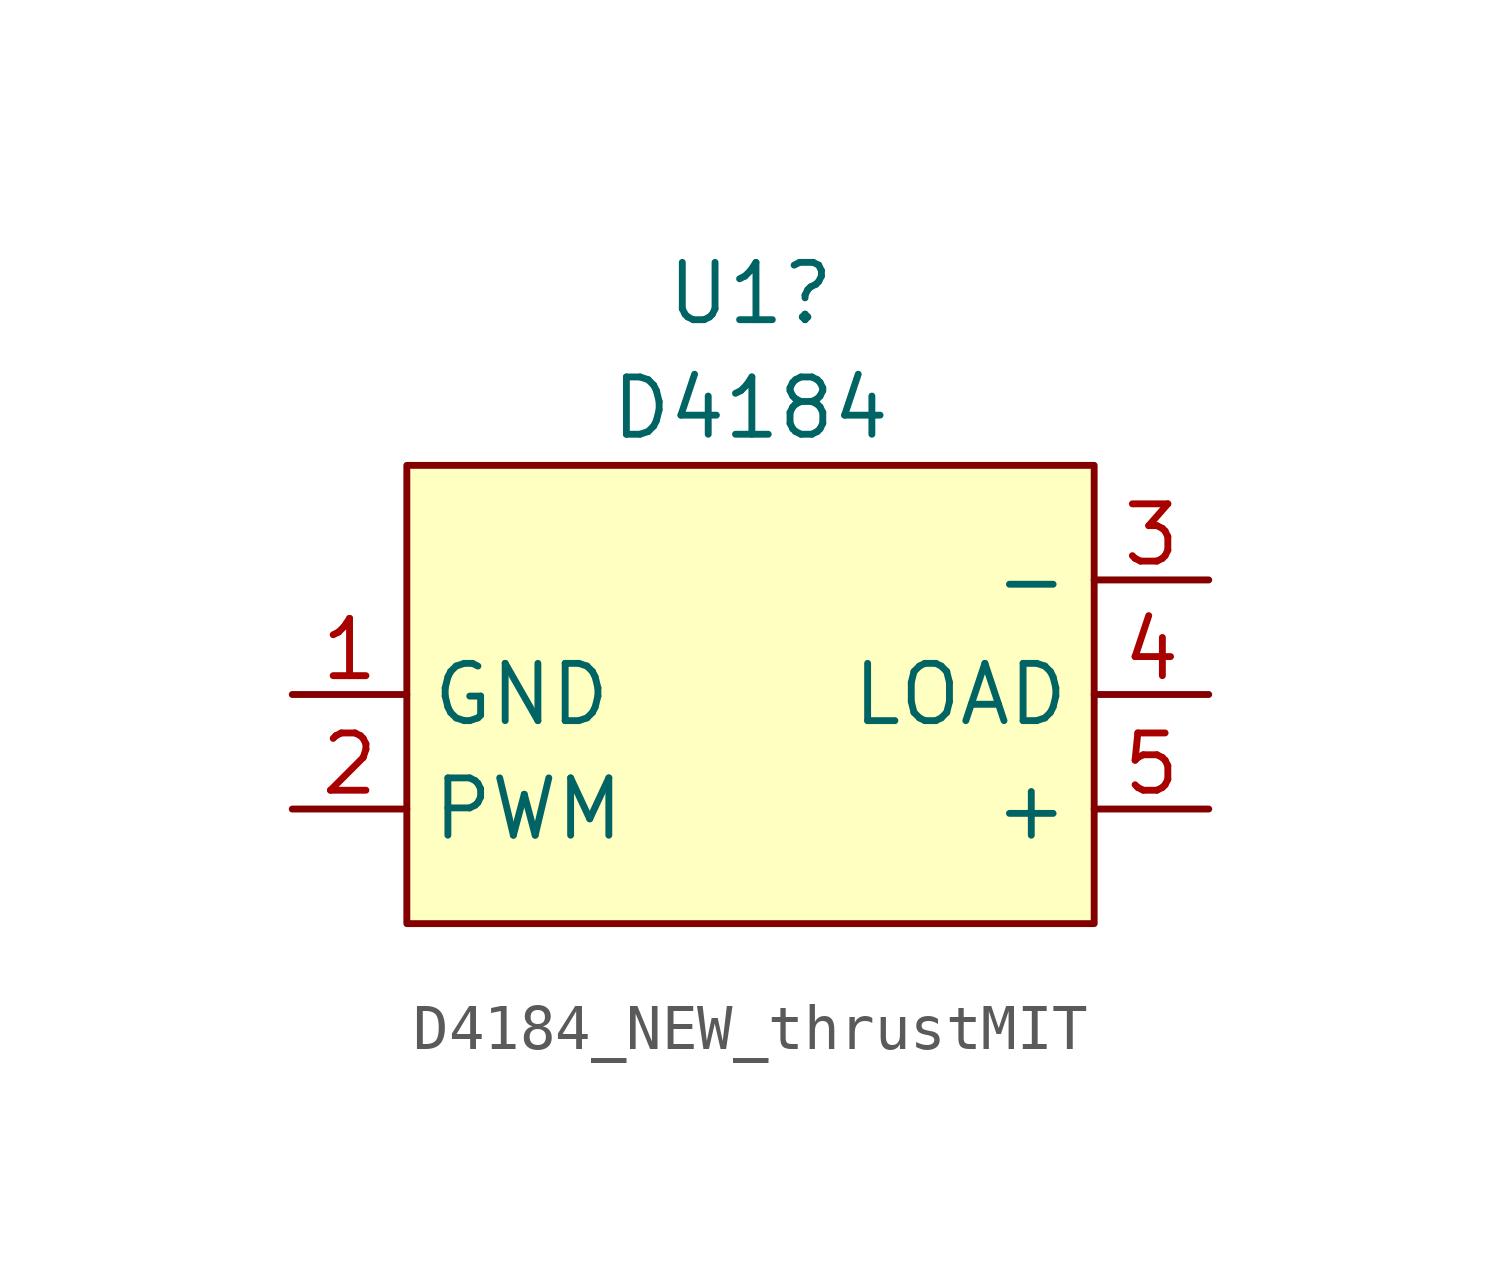
<source format=kicad_sym>
(kicad_symbol_lib
  (version 20220914)
  (generator kicad_symbol_editor)
  (symbol "D4184_NEW_thrustMIT"
    (property "Reference" "U1"
      (at 7.62 3.81 0)
      (effects (font (size 1.27 1.27))))
    (property "Value" "D4184"
      (at 7.62 1.27 0)
      (effects (font (size 1.27 1.27))))
    (symbol "D4184_NEW_thrustMIT_1_1"
      (rectangle (start 0 0) (end 15.24 -10.16) (stroke (width 0) (type default)) (fill (type background)))
      (pin power_in line (at -2.54 -5.08 0) (length 2.54) (name "GND" (effects (font (size 1.27 1.27)))) (number "1" (effects (font (size 1.27 1.27)))))
      (pin input line (at -2.54 -7.62 0) (length 2.54) (name "PWM" (effects (font (size 1.27 1.27)))) (number "2" (effects (font (size 1.27 1.27)))))
      (pin power_in line (at 17.78 -2.54 180) (length 2.54) (name "-" (effects (font (size 1.27 1.27)))) (number "3" (effects (font (size 1.27 1.27)))))
      (pin output line (at 17.78 -5.08 180) (length 2.54) (name "LOAD" (effects (font (size 1.27 1.27)))) (number "4" (effects (font (size 1.27 1.27)))))
      (pin output line (at 17.78 -7.62 180) (length 2.54) (name "+" (effects (font (size 1.27 1.27)))) (number "5" (effects (font (size 1.27 1.27))))))))
</source>
